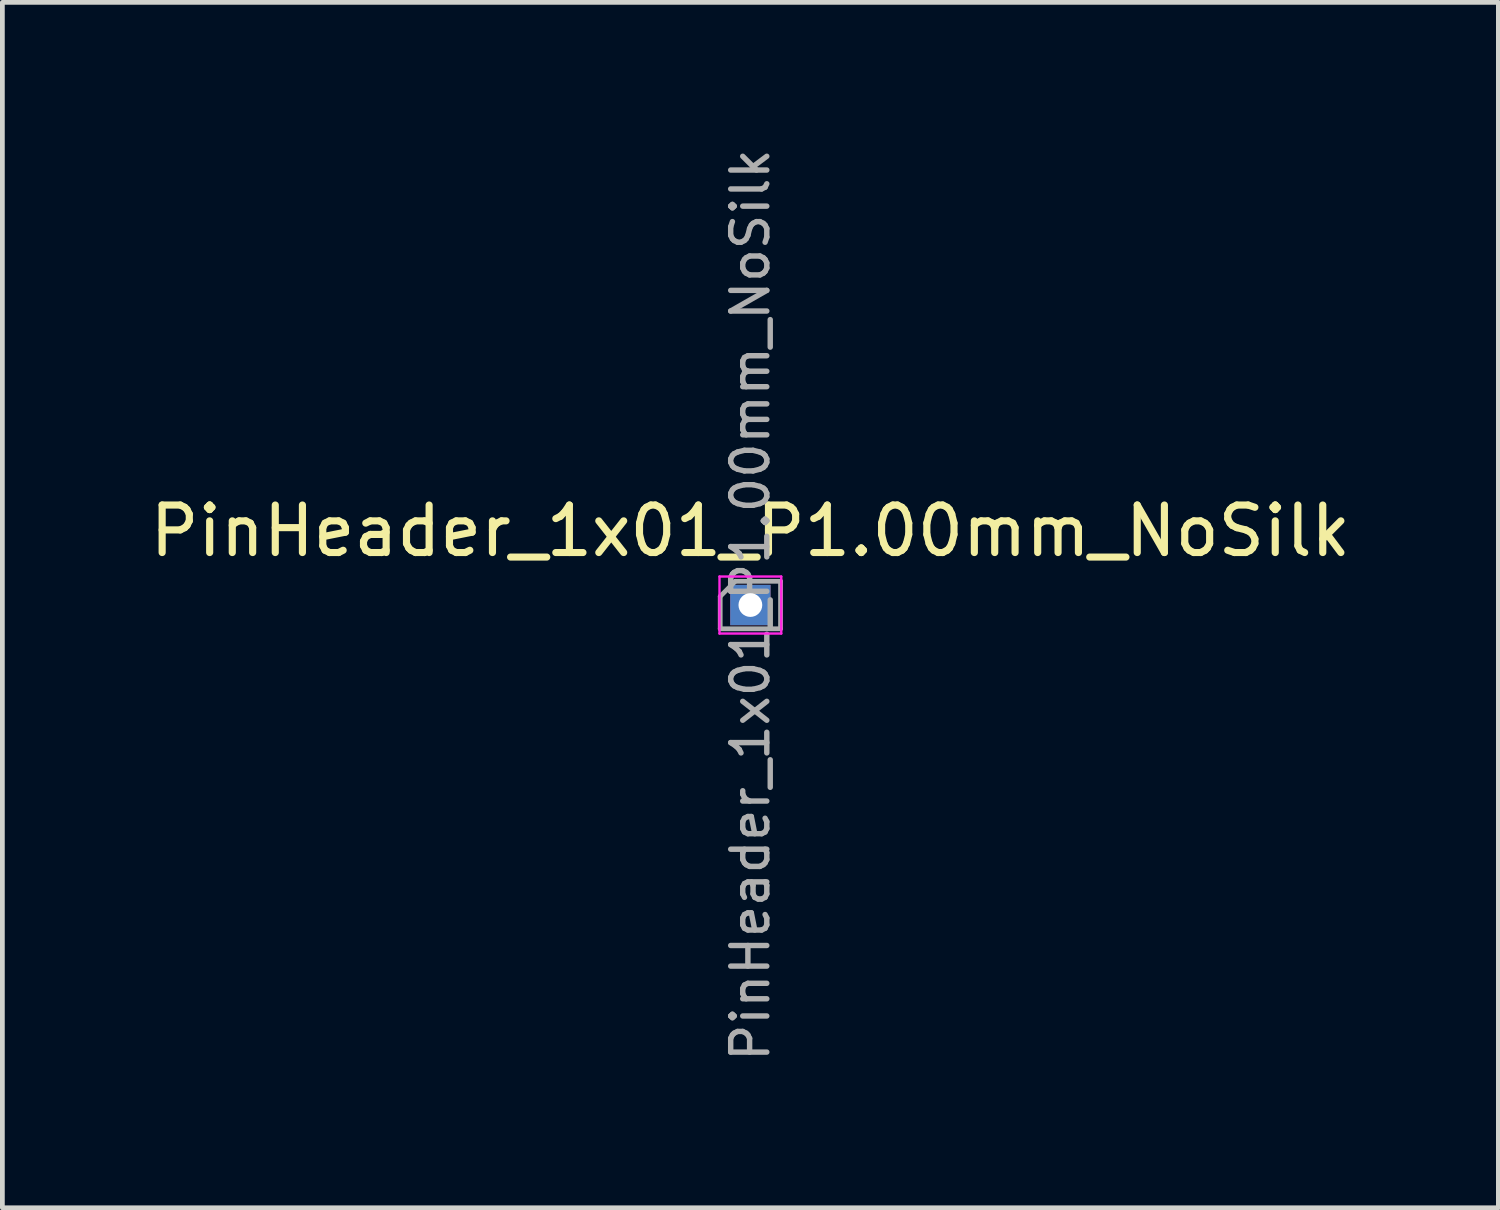
<source format=kicad_pcb>
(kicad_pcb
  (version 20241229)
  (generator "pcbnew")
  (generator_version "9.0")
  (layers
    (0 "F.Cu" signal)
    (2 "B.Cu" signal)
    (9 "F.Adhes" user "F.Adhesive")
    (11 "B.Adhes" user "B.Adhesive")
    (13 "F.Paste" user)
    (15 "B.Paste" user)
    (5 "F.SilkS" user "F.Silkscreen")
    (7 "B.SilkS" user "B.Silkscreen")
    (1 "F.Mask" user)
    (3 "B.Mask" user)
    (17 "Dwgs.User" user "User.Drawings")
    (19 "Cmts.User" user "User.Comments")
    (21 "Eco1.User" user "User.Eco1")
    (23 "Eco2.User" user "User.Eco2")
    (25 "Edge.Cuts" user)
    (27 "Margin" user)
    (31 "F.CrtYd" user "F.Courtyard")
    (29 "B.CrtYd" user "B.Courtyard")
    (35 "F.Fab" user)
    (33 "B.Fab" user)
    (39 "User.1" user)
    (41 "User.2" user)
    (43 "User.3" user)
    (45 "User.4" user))
  (footprint "PinHeader_1x01_P1.00mm_NoSilk"
    (layer "F.Cu")
    (at 12.744 9.685)
    (property "Reference" "PinHeader_1x01_P1.00mm_NoSilk" (at 0 -1.56 0) (layer "F.SilkS") (effects (font (size 1 1) (thickness 0.15))))
    (attr through_hole)
    (fp_line (start -0.65 -0.6) (end -0.65 0.6) (stroke (width 0.05) (type solid)) (layer "F.CrtYd"))
    (fp_line (start -0.65 0.6) (end 0.65 0.6) (stroke (width 0.05) (type solid)) (layer "F.CrtYd"))
    (fp_line (start 0.65 -0.6) (end -0.65 -0.6) (stroke (width 0.05) (type solid)) (layer "F.CrtYd"))
    (fp_line (start 0.65 0.6) (end 0.65 -0.6) (stroke (width 0.05) (type solid)) (layer "F.CrtYd"))
    (fp_line (start -0.635 -0.182) (end -0.318 -0.5) (stroke (width 0.1) (type solid)) (layer "F.Fab"))
    (fp_line (start -0.635 0.5) (end -0.635 -0.182) (stroke (width 0.1) (type solid)) (layer "F.Fab"))
    (fp_line (start -0.318 -0.5) (end 0.635 -0.5) (stroke (width 0.1) (type solid)) (layer "F.Fab"))
    (fp_line (start 0.635 -0.5) (end 0.635 0.5) (stroke (width 0.1) (type solid)) (layer "F.Fab"))
    (fp_line (start 0.635 0.5) (end -0.635 0.5) (stroke (width 0.1) (type solid)) (layer "F.Fab"))
    (fp_text user "${REFERENCE}" (at 0 0 90) (layer "F.Fab") (effects (font (size 0.76 0.76) (thickness 0.114))))
    (pad "1" thru_hole rect (at 0 0) (size 0.85 0.85) (drill 0.5) (layers "*.Cu" "*.Mask")))
  (gr_rect
    (start -3 -3)
    (end 28.488 22.371)
    (stroke (width 0.1) (type default))
    (fill no)
    (layer "Edge.Cuts")))
</source>
